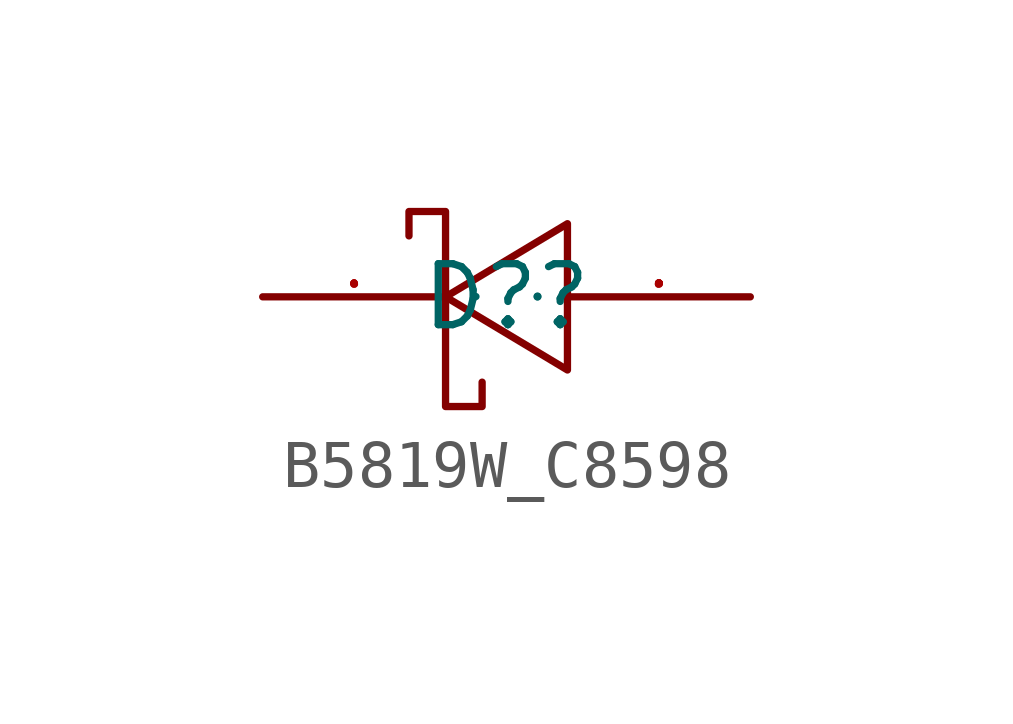
<source format=kicad_sym>
(kicad_symbol_lib
  (version 20231120)
  (generator "kicad_symbol_editor")
  (generator_version "8.0")
  (symbol "B5819W_C8598"
    (property "Reference" "D?"
      (at 0 0 0)
      (effects (font (size 1.27 1.27))))
    (property "Value" ""
      (at 0 0 0)
      (effects (font (size 1.27 1.27))))
    (symbol "B5819W_C8598_1_0"
      (polyline (pts (xy 1.27 1.524) (xy -1.27 0) (xy -1.27 0) (xy 1.27 -1.524) (xy 1.27 -1.524) (xy 1.27 1.524)) (stroke (width 0) (type default)) (fill (type none)))
      (polyline (pts (xy -0.508 -1.778) (xy -0.508 -2.286) (xy -0.508 -2.286) (xy -1.27 -2.286) (xy -1.27 -2.286) (xy -1.27 1.016) (xy -1.27 1.016) (xy -1.27 1.778) (xy -1.27 1.778) (xy -2.032 1.778) (xy -2.032 1.778) (xy -2.032 1.27)) (stroke (width 0) (type default)) (fill (type none)))
      (pin input line (at -5.08 0 0) (length 3.81) (name "-" (effects (font (size 0.025 0.025)))) (number "1" (effects (font (size 0.025 0.025)))))
      (pin input line (at 5.08 0 180) (length 3.81) (name "+" (effects (font (size 0.025 0.025)))) (number "2" (effects (font (size 0.025 0.025))))))))
</source>
